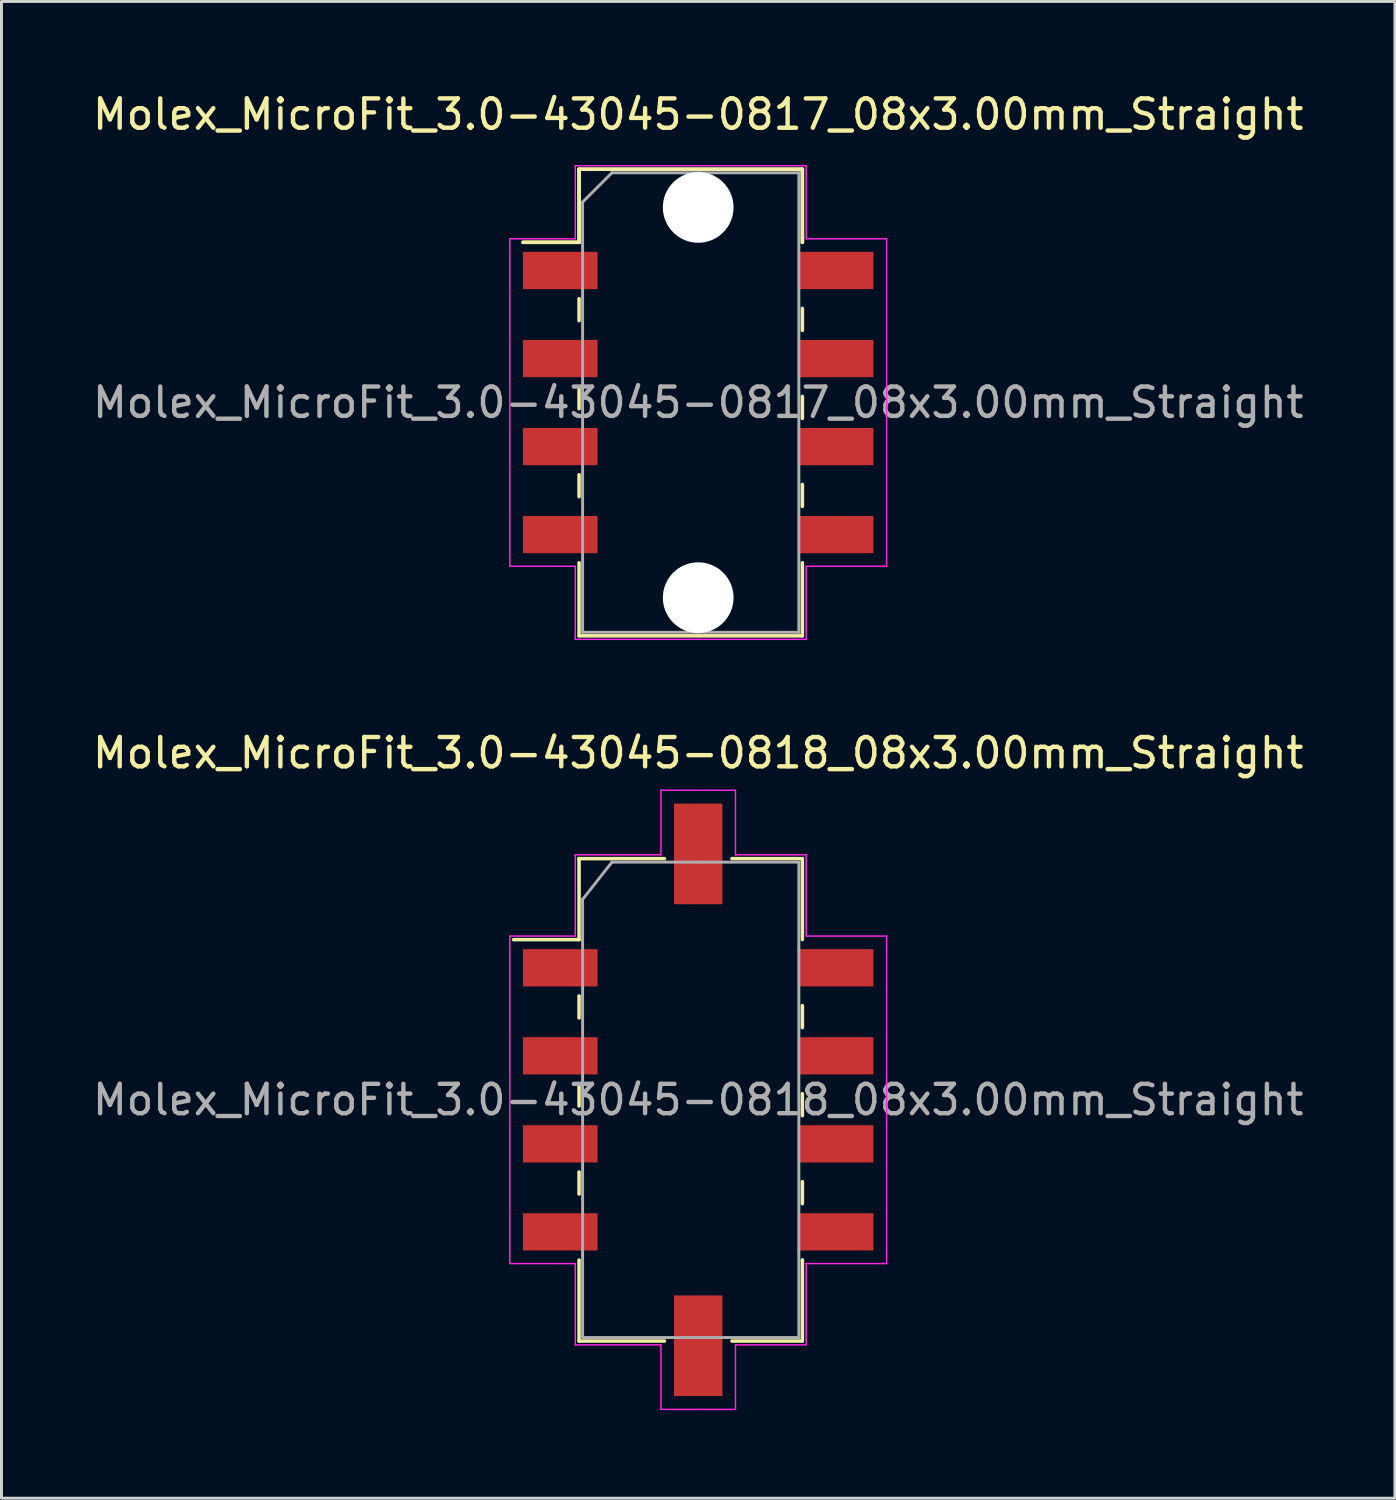
<source format=kicad_pcb>
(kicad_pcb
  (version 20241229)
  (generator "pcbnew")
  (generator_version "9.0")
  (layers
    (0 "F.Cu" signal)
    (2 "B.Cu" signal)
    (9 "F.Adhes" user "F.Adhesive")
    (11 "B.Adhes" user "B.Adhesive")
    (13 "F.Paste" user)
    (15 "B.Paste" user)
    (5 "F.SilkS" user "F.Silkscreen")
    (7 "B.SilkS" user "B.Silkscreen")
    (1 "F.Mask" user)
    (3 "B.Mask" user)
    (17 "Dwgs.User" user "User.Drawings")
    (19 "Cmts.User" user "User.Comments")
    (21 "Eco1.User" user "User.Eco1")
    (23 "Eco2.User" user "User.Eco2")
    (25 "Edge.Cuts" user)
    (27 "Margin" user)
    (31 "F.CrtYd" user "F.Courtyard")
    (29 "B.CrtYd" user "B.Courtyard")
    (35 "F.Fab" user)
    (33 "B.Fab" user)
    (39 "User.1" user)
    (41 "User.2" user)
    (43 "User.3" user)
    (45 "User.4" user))
  (footprint "Molex_MicroFit_3.0-43045-0818_08x3.00mm_Straight"
    (layer "F.Cu")
    (at 20.744 34.431)
    (property "Reference" "Molex_MicroFit_3.0-43045-0818_08x3.00mm_Straight" (at 0 -11.82 0) (layer "F.SilkS") (effects (font (size 1 1) (thickness 0.15))))
    (attr smd)
    (fp_line (start -6.29 -5.46) (end -4.06 -5.46) (stroke (width 0.12) (type solid)) (layer "F.SilkS"))
    (fp_line (start -4.06 -8.22) (end -4.06 -8.22) (stroke (width 0.12) (type solid)) (layer "F.SilkS"))
    (fp_line (start -4.06 -8.22) (end -1.15 -8.22) (stroke (width 0.12) (type solid)) (layer "F.SilkS"))
    (fp_line (start -4.06 -5.46) (end -4.06 -8.22) (stroke (width 0.12) (type solid)) (layer "F.SilkS"))
    (fp_line (start -4.06 -3.54) (end -4.06 -2.79) (stroke (width 0.12) (type solid)) (layer "F.SilkS"))
    (fp_line (start -4.06 -0.54) (end -4.06 0.21) (stroke (width 0.12) (type solid)) (layer "F.SilkS"))
    (fp_line (start -4.06 2.46) (end -4.06 3.21) (stroke (width 0.12) (type solid)) (layer "F.SilkS"))
    (fp_line (start -4.06 8.22) (end -4.06 5.46) (stroke (width 0.12) (type solid)) (layer "F.SilkS"))
    (fp_line (start -1.15 8.22) (end -4.06 8.22) (stroke (width 0.12) (type solid)) (layer "F.SilkS"))
    (fp_line (start 1.15 -8.22) (end 3.55 -8.22) (stroke (width 0.12) (type solid)) (layer "F.SilkS"))
    (fp_line (start 3.55 -8.22) (end 3.55 -5.46) (stroke (width 0.12) (type solid)) (layer "F.SilkS"))
    (fp_line (start 3.55 -2.46) (end 3.55 -3.21) (stroke (width 0.12) (type solid)) (layer "F.SilkS"))
    (fp_line (start 3.55 0.54) (end 3.55 -0.21) (stroke (width 0.12) (type solid)) (layer "F.SilkS"))
    (fp_line (start 3.55 3.54) (end 3.55 2.79) (stroke (width 0.12) (type solid)) (layer "F.SilkS"))
    (fp_line (start 3.55 5.46) (end 3.55 5.46) (stroke (width 0.12) (type solid)) (layer "F.SilkS"))
    (fp_line (start 3.55 5.46) (end 3.55 8.22) (stroke (width 0.12) (type solid)) (layer "F.SilkS"))
    (fp_line (start 3.55 8.22) (end 1.15 8.22) (stroke (width 0.12) (type solid)) (layer "F.SilkS"))
    (fp_line (start -6.42 -5.58) (end -4.19 -5.58) (stroke (width 0.05) (type solid)) (layer "F.CrtYd"))
    (fp_line (start -6.42 5.58) (end -6.42 -5.58) (stroke (width 0.05) (type solid)) (layer "F.CrtYd"))
    (fp_line (start -4.19 -8.35) (end -4.19 -8.35) (stroke (width 0.05) (type solid)) (layer "F.CrtYd"))
    (fp_line (start -4.19 -8.35) (end -1.27 -8.35) (stroke (width 0.05) (type solid)) (layer "F.CrtYd"))
    (fp_line (start -4.19 -5.58) (end -4.19 -8.35) (stroke (width 0.05) (type solid)) (layer "F.CrtYd"))
    (fp_line (start -4.19 5.58) (end -6.42 5.58) (stroke (width 0.05) (type solid)) (layer "F.CrtYd"))
    (fp_line (start -4.19 8.35) (end -4.19 5.58) (stroke (width 0.05) (type solid)) (layer "F.CrtYd"))
    (fp_line (start -1.27 -10.55) (end 0 -10.55) (stroke (width 0.05) (type solid)) (layer "F.CrtYd"))
    (fp_line (start -1.27 -8.35) (end -1.27 -10.55) (stroke (width 0.05) (type solid)) (layer "F.CrtYd"))
    (fp_line (start -1.27 8.35) (end -4.19 8.35) (stroke (width 0.05) (type solid)) (layer "F.CrtYd"))
    (fp_line (start -1.27 10.55) (end -1.27 8.35) (stroke (width 0.05) (type solid)) (layer "F.CrtYd"))
    (fp_line (start 0 -10.55) (end 1.27 -10.55) (stroke (width 0.05) (type solid)) (layer "F.CrtYd"))
    (fp_line (start 0 10.55) (end -1.27 10.55) (stroke (width 0.05) (type solid)) (layer "F.CrtYd"))
    (fp_line (start 1.27 -10.55) (end 1.27 -8.35) (stroke (width 0.05) (type solid)) (layer "F.CrtYd"))
    (fp_line (start 1.27 -8.35) (end 3.68 -8.35) (stroke (width 0.05) (type solid)) (layer "F.CrtYd"))
    (fp_line (start 1.27 8.35) (end 1.27 10.55) (stroke (width 0.05) (type solid)) (layer "F.CrtYd"))
    (fp_line (start 1.27 10.55) (end 0 10.55) (stroke (width 0.05) (type solid)) (layer "F.CrtYd"))
    (fp_line (start 3.68 -8.35) (end 3.68 -5.58) (stroke (width 0.05) (type solid)) (layer "F.CrtYd"))
    (fp_line (start 3.68 -5.58) (end 6.42 -5.58) (stroke (width 0.05) (type solid)) (layer "F.CrtYd"))
    (fp_line (start 3.68 5.58) (end 3.68 5.58) (stroke (width 0.05) (type solid)) (layer "F.CrtYd"))
    (fp_line (start 3.68 5.58) (end 3.68 8.35) (stroke (width 0.05) (type solid)) (layer "F.CrtYd"))
    (fp_line (start 3.68 8.35) (end 1.27 8.35) (stroke (width 0.05) (type solid)) (layer "F.CrtYd"))
    (fp_line (start 6.42 -5.58) (end 6.42 5.58) (stroke (width 0.05) (type solid)) (layer "F.CrtYd"))
    (fp_line (start 6.42 5.58) (end 3.68 5.58) (stroke (width 0.05) (type solid)) (layer "F.CrtYd"))
    (fp_line (start -3.94 -6.83) (end -2.94 -8.1) (stroke (width 0.1) (type solid)) (layer "F.Fab"))
    (fp_line (start -3.94 5.13) (end -3.94 -6.83) (stroke (width 0.1) (type solid)) (layer "F.Fab"))
    (fp_line (start -3.94 8.1) (end -3.94 5.13) (stroke (width 0.1) (type solid)) (layer "F.Fab"))
    (fp_line (start -2.94 -8.1) (end 0 -8.1) (stroke (width 0.1) (type solid)) (layer "F.Fab"))
    (fp_line (start -0.82 8.1) (end -3.94 8.1) (stroke (width 0.1) (type solid)) (layer "F.Fab"))
    (fp_line (start 0 -8.1) (end 3.43 -8.1) (stroke (width 0.1) (type solid)) (layer "F.Fab"))
    (fp_line (start 3.43 -8.1) (end 3.43 -5.13) (stroke (width 0.1) (type solid)) (layer "F.Fab"))
    (fp_line (start 3.43 -5.13) (end 3.43 5.13) (stroke (width 0.1) (type solid)) (layer "F.Fab"))
    (fp_line (start 3.43 5.13) (end 3.43 8.1) (stroke (width 0.1) (type solid)) (layer "F.Fab"))
    (fp_line (start 3.43 8.1) (end -0.82 8.1) (stroke (width 0.1) (type solid)) (layer "F.Fab"))
    (fp_text user "${REFERENCE}" (at 0 0 0) (layer "F.Fab") (effects (font (size 1 1) (thickness 0.15))))
    (pad "" smd rect (at 0 -8.38) (size 1.65 3.43) (layers "F.Cu" "F.Mask" "F.Paste"))
    (pad "" smd rect (at 0 8.38) (size 1.65 3.43) (layers "F.Cu" "F.Mask" "F.Paste"))
    (pad "1" smd rect (at -4.7 -4.5) (size 2.54 1.27) (layers "F.Cu" "F.Mask" "F.Paste"))
    (pad "2" smd rect (at -4.7 -1.5) (size 2.54 1.27) (layers "F.Cu" "F.Mask" "F.Paste"))
    (pad "3" smd rect (at -4.7 1.5) (size 2.54 1.27) (layers "F.Cu" "F.Mask" "F.Paste"))
    (pad "4" smd rect (at -4.7 4.5) (size 2.54 1.27) (layers "F.Cu" "F.Mask" "F.Paste"))
    (pad "5" smd rect (at 4.7 4.5) (size 2.54 1.27) (layers "F.Cu" "F.Mask" "F.Paste"))
    (pad "6" smd rect (at 4.7 1.5) (size 2.54 1.27) (layers "F.Cu" "F.Mask" "F.Paste"))
    (pad "7" smd rect (at 4.7 -1.5) (size 2.54 1.27) (layers "F.Cu" "F.Mask" "F.Paste"))
    (pad "8" smd rect (at 4.7 -4.5) (size 2.54 1.27) (layers "F.Cu" "F.Mask" "F.Paste")))
  (footprint "Molex_MicroFit_3.0-43045-0817_08x3.00mm_Straight"
    (layer "F.Cu")
    (at 20.744 10.668)
    (property "Reference" "Molex_MicroFit_3.0-43045-0817_08x3.00mm_Straight" (at 0 -9.82 0) (layer "F.SilkS") (effects (font (size 1 1) (thickness 0.15))))
    (attr smd)
    (fp_line (start -5.97 -5.46) (end -4.06 -5.46) (stroke (width 0.12) (type solid)) (layer "F.SilkS"))
    (fp_line (start -5.97 -5.46) (end -4.06 -5.46) (stroke (width 0.12) (type solid)) (layer "F.SilkS"))
    (fp_line (start -4.06 -7.95) (end 3.55 -7.95) (stroke (width 0.12) (type solid)) (layer "F.SilkS"))
    (fp_line (start -4.06 -7.95) (end 3.55 -7.95) (stroke (width 0.12) (type solid)) (layer "F.SilkS"))
    (fp_line (start -4.06 -5.46) (end -4.06 -7.95) (stroke (width 0.12) (type solid)) (layer "F.SilkS"))
    (fp_line (start -4.06 -5.46) (end -4.06 -7.95) (stroke (width 0.12) (type solid)) (layer "F.SilkS"))
    (fp_line (start -4.06 -3.54) (end -4.06 -2.79) (stroke (width 0.12) (type solid)) (layer "F.SilkS"))
    (fp_line (start -4.06 -0.54) (end -4.06 0.21) (stroke (width 0.12) (type solid)) (layer "F.SilkS"))
    (fp_line (start -4.06 2.46) (end -4.06 3.21) (stroke (width 0.12) (type solid)) (layer "F.SilkS"))
    (fp_line (start -4.06 7.95) (end -4.06 5.46) (stroke (width 0.12) (type solid)) (layer "F.SilkS"))
    (fp_line (start 3.55 -7.95) (end 3.55 -5.46) (stroke (width 0.12) (type solid)) (layer "F.SilkS"))
    (fp_line (start 3.55 -7.95) (end 3.55 -5.46) (stroke (width 0.12) (type solid)) (layer "F.SilkS"))
    (fp_line (start 3.55 -2.46) (end 3.55 -3.21) (stroke (width 0.12) (type solid)) (layer "F.SilkS"))
    (fp_line (start 3.55 0.54) (end 3.55 -0.21) (stroke (width 0.12) (type solid)) (layer "F.SilkS"))
    (fp_line (start 3.55 3.54) (end 3.55 2.79) (stroke (width 0.12) (type solid)) (layer "F.SilkS"))
    (fp_line (start 3.55 5.46) (end 3.55 7.95) (stroke (width 0.12) (type solid)) (layer "F.SilkS"))
    (fp_line (start 3.55 7.95) (end -4.06 7.95) (stroke (width 0.12) (type solid)) (layer "F.SilkS"))
    (fp_line (start -6.42 -5.58) (end -4.19 -5.58) (stroke (width 0.05) (type solid)) (layer "F.CrtYd"))
    (fp_line (start -6.42 5.58) (end -6.42 -5.58) (stroke (width 0.05) (type solid)) (layer "F.CrtYd"))
    (fp_line (start -4.19 -8.07) (end 0 -8.07) (stroke (width 0.05) (type solid)) (layer "F.CrtYd"))
    (fp_line (start -4.19 -5.58) (end -4.19 -8.07) (stroke (width 0.05) (type solid)) (layer "F.CrtYd"))
    (fp_line (start -4.19 5.58) (end -6.42 5.58) (stroke (width 0.05) (type solid)) (layer "F.CrtYd"))
    (fp_line (start -4.19 8.07) (end -4.19 5.58) (stroke (width 0.05) (type solid)) (layer "F.CrtYd"))
    (fp_line (start 0 -8.07) (end 3.68 -8.07) (stroke (width 0.05) (type solid)) (layer "F.CrtYd"))
    (fp_line (start 0 8.07) (end -4.19 8.07) (stroke (width 0.05) (type solid)) (layer "F.CrtYd"))
    (fp_line (start 3.68 -8.07) (end 3.68 -5.58) (stroke (width 0.05) (type solid)) (layer "F.CrtYd"))
    (fp_line (start 3.68 -5.58) (end 6.42 -5.58) (stroke (width 0.05) (type solid)) (layer "F.CrtYd"))
    (fp_line (start 3.68 5.58) (end 3.68 8.07) (stroke (width 0.05) (type solid)) (layer "F.CrtYd"))
    (fp_line (start 3.68 8.07) (end 0 8.07) (stroke (width 0.05) (type solid)) (layer "F.CrtYd"))
    (fp_line (start 6.42 -5.58) (end 6.42 5.58) (stroke (width 0.05) (type solid)) (layer "F.CrtYd"))
    (fp_line (start 6.42 5.58) (end 3.68 5.58) (stroke (width 0.05) (type solid)) (layer "F.CrtYd"))
    (fp_line (start -3.94 -6.83) (end -2.94 -7.83) (stroke (width 0.1) (type solid)) (layer "F.Fab"))
    (fp_line (start -3.94 7.83) (end -3.94 -6.83) (stroke (width 0.1) (type solid)) (layer "F.Fab"))
    (fp_line (start -2.94 -7.83) (end 0 -7.83) (stroke (width 0.1) (type solid)) (layer "F.Fab"))
    (fp_line (start 0 -7.83) (end 3.43 -7.83) (stroke (width 0.1) (type solid)) (layer "F.Fab"))
    (fp_line (start 0 7.83) (end -3.94 7.83) (stroke (width 0.1) (type solid)) (layer "F.Fab"))
    (fp_line (start 3.43 -7.83) (end 3.43 7.83) (stroke (width 0.1) (type solid)) (layer "F.Fab"))
    (fp_line (start 3.43 7.83) (end 0 7.83) (stroke (width 0.1) (type solid)) (layer "F.Fab"))
    (fp_text user "${REFERENCE}" (at 0 0 0) (layer "F.Fab") (effects (font (size 1 1) (thickness 0.15))))
    (pad "" np_thru_hole circle (at 0 -6.65) (size 2.41 2.41) (drill 2.41) (layers "*.Cu"))
    (pad "" np_thru_hole circle (at 0 6.65) (size 2.41 2.41) (drill 2.41) (layers "*.Cu"))
    (pad "1" smd rect (at -4.7 -4.5) (size 2.54 1.27) (layers "F.Cu" "F.Mask" "F.Paste"))
    (pad "2" smd rect (at -4.7 -1.5) (size 2.54 1.27) (layers "F.Cu" "F.Mask" "F.Paste"))
    (pad "3" smd rect (at -4.7 1.5) (size 2.54 1.27) (layers "F.Cu" "F.Mask" "F.Paste"))
    (pad "4" smd rect (at -4.7 4.5) (size 2.54 1.27) (layers "F.Cu" "F.Mask" "F.Paste"))
    (pad "5" smd rect (at 4.7 4.5) (size 2.54 1.27) (layers "F.Cu" "F.Mask" "F.Paste"))
    (pad "6" smd rect (at 4.7 1.5) (size 2.54 1.27) (layers "F.Cu" "F.Mask" "F.Paste"))
    (pad "7" smd rect (at 4.7 -1.5) (size 2.54 1.27) (layers "F.Cu" "F.Mask" "F.Paste"))
    (pad "8" smd rect (at 4.7 -4.5) (size 2.54 1.27) (layers "F.Cu" "F.Mask" "F.Paste")))
  (gr_rect
    (start -3 -3)
    (end 44.488 48.007)
    (stroke (width 0.1) (type default))
    (fill no)
    (layer "Edge.Cuts")))
</source>
